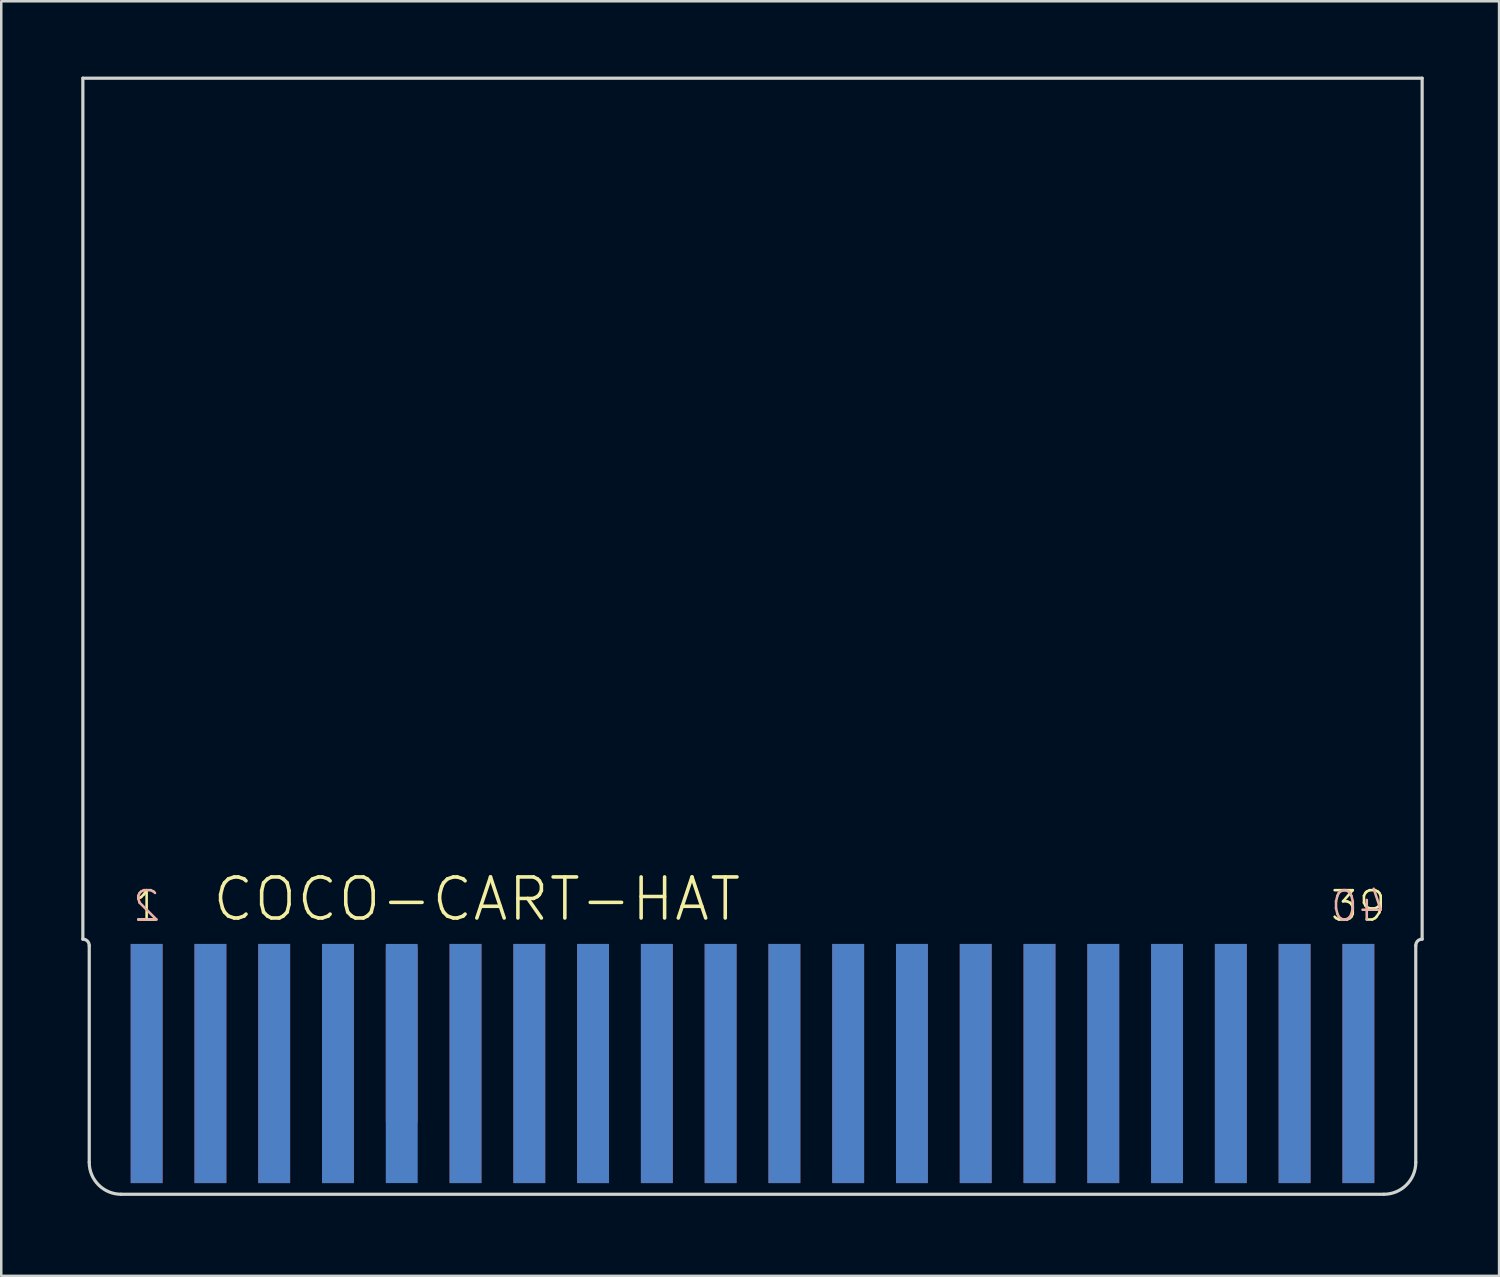
<source format=kicad_pcb>
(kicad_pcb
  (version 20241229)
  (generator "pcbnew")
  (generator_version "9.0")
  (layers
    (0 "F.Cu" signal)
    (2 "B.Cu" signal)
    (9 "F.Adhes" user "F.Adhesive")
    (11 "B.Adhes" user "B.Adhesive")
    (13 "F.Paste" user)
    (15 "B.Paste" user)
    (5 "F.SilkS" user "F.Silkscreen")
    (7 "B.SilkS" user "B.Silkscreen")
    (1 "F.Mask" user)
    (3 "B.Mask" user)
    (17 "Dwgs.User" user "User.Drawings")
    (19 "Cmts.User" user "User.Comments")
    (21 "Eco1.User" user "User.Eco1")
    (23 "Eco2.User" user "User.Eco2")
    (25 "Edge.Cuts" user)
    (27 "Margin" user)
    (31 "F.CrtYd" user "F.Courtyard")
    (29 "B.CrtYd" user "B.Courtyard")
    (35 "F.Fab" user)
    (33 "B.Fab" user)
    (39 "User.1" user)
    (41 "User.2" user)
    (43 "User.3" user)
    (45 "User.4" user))
  (footprint "COCO-CART-HAT"
    (layer "F.Cu")
    (at 0.25 44.514)
    (property "Reference" "COCO-CART-HAT" (at 5.08 -10.795 0) (layer "F.SilkS") (effects (font (size 1.636 1.636) (thickness 0.142)) (justify left bottom)))
    (fp_poly (pts (xy 0 0) (xy 53.34 0) (xy 53.34 -10.16) (xy 0 -10.16)) (stroke (width 0) (type solid)) (fill yes) (layer "F.Mask"))
    (fp_poly (pts (xy 0 0) (xy 53.34 0) (xy 53.34 -10.16) (xy 0 -10.16)) (stroke (width 0) (type solid)) (fill yes) (layer "B.Mask"))
    (fp_line (start 0 -44.45) (end 0 -10.16) (stroke (width 0.127) (type solid)) (layer "Edge.Cuts"))
    (fp_line (start 0.254 -9.906) (end 0.254 -1.27) (stroke (width 0.127) (type solid)) (layer "Edge.Cuts"))
    (fp_line (start 1.524 0) (end 51.816 0) (stroke (width 0.127) (type solid)) (layer "Edge.Cuts"))
    (fp_line (start 53.086 -1.27) (end 53.086 -9.906) (stroke (width 0.127) (type solid)) (layer "Edge.Cuts"))
    (fp_line (start 53.34 -44.45) (end 0 -44.45) (stroke (width 0.127) (type solid)) (layer "Edge.Cuts"))
    (fp_line (start 53.34 -10.16) (end 53.34 -44.45) (stroke (width 0.127) (type solid)) (layer "Edge.Cuts"))
    (fp_arc (start 0 -10.16) (mid 0.179605 -10.085605) (end 0.254 -9.906) (stroke (width 0.127) (type solid)) (layer "Edge.Cuts"))
    (fp_arc (start 1.524 0) (mid 0.625974 -0.371974) (end 0.254 -1.27) (stroke (width 0.127) (type solid)) (layer "Edge.Cuts"))
    (fp_arc (start 53.086 -9.906) (mid 53.160395 -10.085605) (end 53.34 -10.16) (stroke (width 0.127) (type solid)) (layer "Edge.Cuts"))
    (fp_arc (start 53.086 -1.27) (mid 52.714026 -0.371974) (end 51.816 0) (stroke (width 0.127) (type solid)) (layer "Edge.Cuts"))
    (fp_text user "1" (at 2.54 -10.795 0) (layer "F.SilkS") (effects (font (size 1.168 1.168) (thickness 0.102)) (justify bottom)))
    (fp_text user "39" (at 50.8 -10.795 0) (layer "F.SilkS") (effects (font (size 1.168 1.168) (thickness 0.102)) (justify bottom)))
    (fp_text user "2" (at 2.54 -10.795 0) (layer "B.SilkS") (effects (font (size 1.168 1.168) (thickness 0.102)) (justify bottom mirror)))
    (fp_text user "40" (at 50.8 -10.795 0) (layer "B.SilkS") (effects (font (size 1.168 1.168) (thickness 0.102)) (justify bottom mirror)))
    (pad "1" smd rect (at 2.54 -5.207) (size 1.27 9.525) (layers "F.Cu" "F.Mask"))
    (pad "2" smd rect (at 2.54 -5.207) (size 1.27 9.525) (layers "B.Cu" "B.Mask"))
    (pad "3" smd rect (at 5.08 -5.207) (size 1.27 9.525) (layers "F.Cu" "F.Mask"))
    (pad "4" smd rect (at 5.08 -5.207) (size 1.27 9.525) (layers "B.Cu" "B.Mask"))
    (pad "5" smd rect (at 7.62 -5.207) (size 1.27 9.525) (layers "F.Cu" "F.Mask"))
    (pad "6" smd rect (at 7.62 -5.207) (size 1.27 9.525) (layers "B.Cu" "B.Mask"))
    (pad "7" smd rect (at 10.16 -5.207) (size 1.27 9.525) (layers "F.Cu" "F.Mask"))
    (pad "8" smd rect (at 10.16 -5.207) (size 1.27 9.525) (layers "B.Cu" "B.Mask"))
    (pad "9" smd rect (at 12.7 -6.35) (size 1.27 6.985) (layers "F.Cu" "F.Mask"))
    (pad "10" smd rect (at 12.7 -5.207) (size 1.27 9.525) (layers "B.Cu" "B.Mask"))
    (pad "11" smd rect (at 15.24 -5.207) (size 1.27 9.525) (layers "F.Cu" "F.Mask"))
    (pad "12" smd rect (at 15.24 -5.207) (size 1.27 9.525) (layers "B.Cu" "B.Mask"))
    (pad "13" smd rect (at 17.78 -5.207) (size 1.27 9.525) (layers "F.Cu" "F.Mask"))
    (pad "14" smd rect (at 17.78 -5.207) (size 1.27 9.525) (layers "B.Cu" "B.Mask"))
    (pad "15" smd rect (at 20.32 -5.207) (size 1.27 9.525) (layers "F.Cu" "F.Mask"))
    (pad "16" smd rect (at 20.32 -5.207) (size 1.27 9.525) (layers "B.Cu" "B.Mask"))
    (pad "17" smd rect (at 22.86 -5.207) (size 1.27 9.525) (layers "F.Cu" "F.Mask"))
    (pad "18" smd rect (at 22.86 -5.207) (size 1.27 9.525) (layers "B.Cu" "B.Mask"))
    (pad "19" smd rect (at 25.4 -5.207) (size 1.27 9.525) (layers "F.Cu" "F.Mask"))
    (pad "20" smd rect (at 25.4 -5.207) (size 1.27 9.525) (layers "B.Cu" "B.Mask"))
    (pad "21" smd rect (at 27.94 -5.207) (size 1.27 9.525) (layers "F.Cu" "F.Mask"))
    (pad "22" smd rect (at 27.94 -5.207) (size 1.27 9.525) (layers "B.Cu" "B.Mask"))
    (pad "23" smd rect (at 30.48 -5.207) (size 1.27 9.525) (layers "F.Cu" "F.Mask"))
    (pad "24" smd rect (at 30.48 -5.207) (size 1.27 9.525) (layers "B.Cu" "B.Mask"))
    (pad "25" smd rect (at 33.02 -5.207) (size 1.27 9.525) (layers "F.Cu" "F.Mask"))
    (pad "26" smd rect (at 33.02 -5.207) (size 1.27 9.525) (layers "B.Cu" "B.Mask"))
    (pad "27" smd rect (at 35.56 -5.207) (size 1.27 9.525) (layers "F.Cu" "F.Mask"))
    (pad "28" smd rect (at 35.56 -5.207) (size 1.27 9.525) (layers "B.Cu" "B.Mask"))
    (pad "29" smd rect (at 38.1 -5.207) (size 1.27 9.525) (layers "F.Cu" "F.Mask"))
    (pad "30" smd rect (at 38.1 -5.207) (size 1.27 9.525) (layers "B.Cu" "B.Mask"))
    (pad "31" smd rect (at 40.64 -5.207) (size 1.27 9.525) (layers "F.Cu" "F.Mask"))
    (pad "32" smd rect (at 40.64 -5.207) (size 1.27 9.525) (layers "B.Cu" "B.Mask"))
    (pad "33" smd rect (at 43.18 -5.207) (size 1.27 9.525) (layers "F.Cu" "F.Mask"))
    (pad "34" smd rect (at 43.18 -5.207) (size 1.27 9.525) (layers "B.Cu" "B.Mask"))
    (pad "35" smd rect (at 45.72 -5.207) (size 1.27 9.525) (layers "F.Cu" "F.Mask"))
    (pad "36" smd rect (at 45.72 -5.207) (size 1.27 9.525) (layers "B.Cu" "B.Mask"))
    (pad "37" smd rect (at 48.26 -5.207) (size 1.27 9.525) (layers "F.Cu" "F.Mask"))
    (pad "38" smd rect (at 48.26 -5.207) (size 1.27 9.525) (layers "B.Cu" "B.Mask"))
    (pad "39" smd rect (at 50.8 -5.207) (size 1.27 9.525) (layers "F.Cu" "F.Mask"))
    (pad "40" smd rect (at 50.8 -5.207) (size 1.27 9.525) (layers "B.Cu" "B.Mask"))
    (zone (net_name "") (layer "F.Cu") (hatch edge 0.508) (connect_pads) (min_thickness 0.254) (filled_areas_thickness no) (keepout (tracks not_allowed) (vias not_allowed) (pads not_allowed) (copperpour not_allowed) (footprints allowed)) (placement (enabled no)) (fill) (polygon (pts (xy 0.25 44.514) (xy 2.155 44.514) (xy 2.155 34.353) (xy 0.25 34.353))))
    (zone (net_name "") (layer "F.Cu") (hatch edge 0.508) (connect_pads) (min_thickness 0.254) (filled_areas_thickness no) (keepout (tracks not_allowed) (vias not_allowed) (pads not_allowed) (copperpour not_allowed) (footprints allowed)) (placement (enabled no)) (fill) (polygon (pts (xy 3.425 44.514) (xy 4.695 44.514) (xy 4.695 34.353) (xy 3.425 34.353))))
    (zone (net_name "") (layer "F.Cu") (hatch edge 0.508) (connect_pads) (min_thickness 0.254) (filled_areas_thickness no) (keepout (tracks not_allowed) (vias not_allowed) (pads not_allowed) (copperpour not_allowed) (footprints allowed)) (placement (enabled no)) (fill) (polygon (pts (xy 5.965 44.514) (xy 7.235 44.514) (xy 7.235 34.353) (xy 5.965 34.353))))
    (zone (net_name "") (layer "F.Cu") (hatch edge 0.508) (connect_pads) (min_thickness 0.254) (filled_areas_thickness no) (keepout (tracks not_allowed) (vias not_allowed) (pads not_allowed) (copperpour not_allowed) (footprints allowed)) (placement (enabled no)) (fill) (polygon (pts (xy 8.505 44.514) (xy 9.775 44.514) (xy 9.775 34.353) (xy 8.505 34.353))))
    (zone (net_name "") (layer "F.Cu") (hatch edge 0.508) (connect_pads) (min_thickness 0.254) (filled_areas_thickness no) (keepout (tracks not_allowed) (vias not_allowed) (pads not_allowed) (copperpour not_allowed) (footprints allowed)) (placement (enabled no)) (fill) (polygon (pts (xy 11.045 44.514) (xy 12.315 44.514) (xy 12.315 34.353) (xy 11.045 34.353))))
    (zone (net_name "") (layer "F.Cu") (hatch edge 0.508) (connect_pads) (min_thickness 0.254) (filled_areas_thickness no) (keepout (tracks not_allowed) (vias not_allowed) (pads not_allowed) (copperpour not_allowed) (footprints allowed)) (placement (enabled no)) (fill) (polygon (pts (xy 13.585 44.514) (xy 14.855 44.514) (xy 14.855 34.353) (xy 13.585 34.353))))
    (zone (net_name "") (layer "F.Cu") (hatch edge 0.508) (connect_pads) (min_thickness 0.254) (filled_areas_thickness no) (keepout (tracks not_allowed) (vias not_allowed) (pads not_allowed) (copperpour not_allowed) (footprints allowed)) (placement (enabled no)) (fill) (polygon (pts (xy 16.125 44.514) (xy 17.395 44.514) (xy 17.395 34.353) (xy 16.125 34.353))))
    (zone (net_name "") (layer "F.Cu") (hatch edge 0.508) (connect_pads) (min_thickness 0.254) (filled_areas_thickness no) (keepout (tracks not_allowed) (vias not_allowed) (pads not_allowed) (copperpour not_allowed) (footprints allowed)) (placement (enabled no)) (fill) (polygon (pts (xy 18.665 44.514) (xy 19.935 44.514) (xy 19.935 34.353) (xy 18.665 34.353))))
    (zone (net_name "") (layer "F.Cu") (hatch edge 0.508) (connect_pads) (min_thickness 0.254) (filled_areas_thickness no) (keepout (tracks not_allowed) (vias not_allowed) (pads not_allowed) (copperpour not_allowed) (footprints allowed)) (placement (enabled no)) (fill) (polygon (pts (xy 21.205 44.514) (xy 22.475 44.514) (xy 22.475 34.353) (xy 21.205 34.353))))
    (zone (net_name "") (layer "F.Cu") (hatch edge 0.508) (connect_pads) (min_thickness 0.254) (filled_areas_thickness no) (keepout (tracks not_allowed) (vias not_allowed) (pads not_allowed) (copperpour not_allowed) (footprints allowed)) (placement (enabled no)) (fill) (polygon (pts (xy 23.745 44.514) (xy 25.015 44.514) (xy 25.015 34.353) (xy 23.745 34.353))))
    (zone (net_name "") (layer "F.Cu") (hatch edge 0.508) (connect_pads) (min_thickness 0.254) (filled_areas_thickness no) (keepout (tracks not_allowed) (vias not_allowed) (pads not_allowed) (copperpour not_allowed) (footprints allowed)) (placement (enabled no)) (fill) (polygon (pts (xy 26.285 44.514) (xy 27.555 44.514) (xy 27.555 34.353) (xy 26.285 34.353))))
    (zone (net_name "") (layer "F.Cu") (hatch edge 0.508) (connect_pads) (min_thickness 0.254) (filled_areas_thickness no) (keepout (tracks not_allowed) (vias not_allowed) (pads not_allowed) (copperpour not_allowed) (footprints allowed)) (placement (enabled no)) (fill) (polygon (pts (xy 28.825 44.514) (xy 30.095 44.514) (xy 30.095 34.353) (xy 28.825 34.353))))
    (zone (net_name "") (layer "F.Cu") (hatch edge 0.508) (connect_pads) (min_thickness 0.254) (filled_areas_thickness no) (keepout (tracks not_allowed) (vias not_allowed) (pads not_allowed) (copperpour not_allowed) (footprints allowed)) (placement (enabled no)) (fill) (polygon (pts (xy 31.365 44.514) (xy 32.635 44.514) (xy 32.635 34.353) (xy 31.365 34.353))))
    (zone (net_name "") (layer "F.Cu") (hatch edge 0.508) (connect_pads) (min_thickness 0.254) (filled_areas_thickness no) (keepout (tracks not_allowed) (vias not_allowed) (pads not_allowed) (copperpour not_allowed) (footprints allowed)) (placement (enabled no)) (fill) (polygon (pts (xy 33.905 44.514) (xy 35.175 44.514) (xy 35.175 34.353) (xy 33.905 34.353))))
    (zone (net_name "") (layer "F.Cu") (hatch edge 0.508) (connect_pads) (min_thickness 0.254) (filled_areas_thickness no) (keepout (tracks not_allowed) (vias not_allowed) (pads not_allowed) (copperpour not_allowed) (footprints allowed)) (placement (enabled no)) (fill) (polygon (pts (xy 36.445 44.514) (xy 37.715 44.514) (xy 37.715 34.353) (xy 36.445 34.353))))
    (zone (net_name "") (layer "F.Cu") (hatch edge 0.508) (connect_pads) (min_thickness 0.254) (filled_areas_thickness no) (keepout (tracks not_allowed) (vias not_allowed) (pads not_allowed) (copperpour not_allowed) (footprints allowed)) (placement (enabled no)) (fill) (polygon (pts (xy 38.985 44.514) (xy 40.255 44.514) (xy 40.255 34.353) (xy 38.985 34.353))))
    (zone (net_name "") (layer "F.Cu") (hatch edge 0.508) (connect_pads) (min_thickness 0.254) (filled_areas_thickness no) (keepout (tracks not_allowed) (vias not_allowed) (pads not_allowed) (copperpour not_allowed) (footprints allowed)) (placement (enabled no)) (fill) (polygon (pts (xy 41.525 44.514) (xy 42.795 44.514) (xy 42.795 34.353) (xy 41.525 34.353))))
    (zone (net_name "") (layer "F.Cu") (hatch edge 0.508) (connect_pads) (min_thickness 0.254) (filled_areas_thickness no) (keepout (tracks not_allowed) (vias not_allowed) (pads not_allowed) (copperpour not_allowed) (footprints allowed)) (placement (enabled no)) (fill) (polygon (pts (xy 44.065 44.514) (xy 45.335 44.514) (xy 45.335 34.353) (xy 44.065 34.353))))
    (zone (net_name "") (layer "F.Cu") (hatch edge 0.508) (connect_pads) (min_thickness 0.254) (filled_areas_thickness no) (keepout (tracks not_allowed) (vias not_allowed) (pads not_allowed) (copperpour not_allowed) (footprints allowed)) (placement (enabled no)) (fill) (polygon (pts (xy 46.605 44.514) (xy 47.875 44.514) (xy 47.875 34.353) (xy 46.605 34.353))))
    (zone (net_name "") (layer "F.Cu") (hatch edge 0.508) (connect_pads) (min_thickness 0.254) (filled_areas_thickness no) (keepout (tracks not_allowed) (vias not_allowed) (pads not_allowed) (copperpour not_allowed) (footprints allowed)) (placement (enabled no)) (fill) (polygon (pts (xy 49.145 44.514) (xy 50.415 44.514) (xy 50.415 34.353) (xy 49.145 34.353))))
    (zone (net_name "") (layer "F.Cu") (hatch edge 0.508) (connect_pads) (min_thickness 0.254) (filled_areas_thickness no) (keepout (tracks not_allowed) (vias not_allowed) (pads not_allowed) (copperpour not_allowed) (footprints allowed)) (placement (enabled no)) (fill) (polygon (pts (xy 51.685 44.514) (xy 53.59 44.514) (xy 53.59 34.353) (xy 51.685 34.353))))
    (zone (net_name "") (layer "B.Cu") (hatch edge 0.508) (connect_pads) (min_thickness 0.254) (filled_areas_thickness no) (keepout (tracks not_allowed) (vias not_allowed) (pads not_allowed) (copperpour not_allowed) (footprints allowed)) (placement (enabled no)) (fill) (polygon (pts (xy 0.25 44.514) (xy 2.155 44.514) (xy 2.155 34.353) (xy 0.25 34.353))))
    (zone (net_name "") (layer "B.Cu") (hatch edge 0.508) (connect_pads) (min_thickness 0.254) (filled_areas_thickness no) (keepout (tracks not_allowed) (vias not_allowed) (pads not_allowed) (copperpour not_allowed) (footprints allowed)) (placement (enabled no)) (fill) (polygon (pts (xy 3.425 44.514) (xy 4.695 44.514) (xy 4.695 34.353) (xy 3.425 34.353))))
    (zone (net_name "") (layer "B.Cu") (hatch edge 0.508) (connect_pads) (min_thickness 0.254) (filled_areas_thickness no) (keepout (tracks not_allowed) (vias not_allowed) (pads not_allowed) (copperpour not_allowed) (footprints allowed)) (placement (enabled no)) (fill) (polygon (pts (xy 5.965 44.514) (xy 7.235 44.514) (xy 7.235 34.353) (xy 5.965 34.353))))
    (zone (net_name "") (layer "B.Cu") (hatch edge 0.508) (connect_pads) (min_thickness 0.254) (filled_areas_thickness no) (keepout (tracks not_allowed) (vias not_allowed) (pads not_allowed) (copperpour not_allowed) (footprints allowed)) (placement (enabled no)) (fill) (polygon (pts (xy 8.505 44.514) (xy 9.775 44.514) (xy 9.775 34.353) (xy 8.505 34.353))))
    (zone (net_name "") (layer "B.Cu") (hatch edge 0.508) (connect_pads) (min_thickness 0.254) (filled_areas_thickness no) (keepout (tracks not_allowed) (vias not_allowed) (pads not_allowed) (copperpour not_allowed) (footprints allowed)) (placement (enabled no)) (fill) (polygon (pts (xy 11.045 44.514) (xy 12.315 44.514) (xy 12.315 34.353) (xy 11.045 34.353))))
    (zone (net_name "") (layer "B.Cu") (hatch edge 0.508) (connect_pads) (min_thickness 0.254) (filled_areas_thickness no) (keepout (tracks not_allowed) (vias not_allowed) (pads not_allowed) (copperpour not_allowed) (footprints allowed)) (placement (enabled no)) (fill) (polygon (pts (xy 13.585 44.514) (xy 14.855 44.514) (xy 14.855 34.353) (xy 13.585 34.353))))
    (zone (net_name "") (layer "B.Cu") (hatch edge 0.508) (connect_pads) (min_thickness 0.254) (filled_areas_thickness no) (keepout (tracks not_allowed) (vias not_allowed) (pads not_allowed) (copperpour not_allowed) (footprints allowed)) (placement (enabled no)) (fill) (polygon (pts (xy 16.125 44.514) (xy 17.395 44.514) (xy 17.395 34.353) (xy 16.125 34.353))))
    (zone (net_name "") (layer "B.Cu") (hatch edge 0.508) (connect_pads) (min_thickness 0.254) (filled_areas_thickness no) (keepout (tracks not_allowed) (vias not_allowed) (pads not_allowed) (copperpour not_allowed) (footprints allowed)) (placement (enabled no)) (fill) (polygon (pts (xy 18.665 44.514) (xy 19.935 44.514) (xy 19.935 34.353) (xy 18.665 34.353))))
    (zone (net_name "") (layer "B.Cu") (hatch edge 0.508) (connect_pads) (min_thickness 0.254) (filled_areas_thickness no) (keepout (tracks not_allowed) (vias not_allowed) (pads not_allowed) (copperpour not_allowed) (footprints allowed)) (placement (enabled no)) (fill) (polygon (pts (xy 21.205 44.514) (xy 22.475 44.514) (xy 22.475 34.353) (xy 21.205 34.353))))
    (zone (net_name "") (layer "B.Cu") (hatch edge 0.508) (connect_pads) (min_thickness 0.254) (filled_areas_thickness no) (keepout (tracks not_allowed) (vias not_allowed) (pads not_allowed) (copperpour not_allowed) (footprints allowed)) (placement (enabled no)) (fill) (polygon (pts (xy 23.745 44.514) (xy 25.015 44.514) (xy 25.015 34.353) (xy 23.745 34.353))))
    (zone (net_name "") (layer "B.Cu") (hatch edge 0.508) (connect_pads) (min_thickness 0.254) (filled_areas_thickness no) (keepout (tracks not_allowed) (vias not_allowed) (pads not_allowed) (copperpour not_allowed) (footprints allowed)) (placement (enabled no)) (fill) (polygon (pts (xy 26.285 44.514) (xy 27.555 44.514) (xy 27.555 34.353) (xy 26.285 34.353))))
    (zone (net_name "") (layer "B.Cu") (hatch edge 0.508) (connect_pads) (min_thickness 0.254) (filled_areas_thickness no) (keepout (tracks not_allowed) (vias not_allowed) (pads not_allowed) (copperpour not_allowed) (footprints allowed)) (placement (enabled no)) (fill) (polygon (pts (xy 28.825 44.514) (xy 30.095 44.514) (xy 30.095 34.353) (xy 28.825 34.353))))
    (zone (net_name "") (layer "B.Cu") (hatch edge 0.508) (connect_pads) (min_thickness 0.254) (filled_areas_thickness no) (keepout (tracks not_allowed) (vias not_allowed) (pads not_allowed) (copperpour not_allowed) (footprints allowed)) (placement (enabled no)) (fill) (polygon (pts (xy 31.365 44.514) (xy 32.635 44.514) (xy 32.635 34.353) (xy 31.365 34.353))))
    (zone (net_name "") (layer "B.Cu") (hatch edge 0.508) (connect_pads) (min_thickness 0.254) (filled_areas_thickness no) (keepout (tracks not_allowed) (vias not_allowed) (pads not_allowed) (copperpour not_allowed) (footprints allowed)) (placement (enabled no)) (fill) (polygon (pts (xy 33.905 44.514) (xy 35.175 44.514) (xy 35.175 34.353) (xy 33.905 34.353))))
    (zone (net_name "") (layer "B.Cu") (hatch edge 0.508) (connect_pads) (min_thickness 0.254) (filled_areas_thickness no) (keepout (tracks not_allowed) (vias not_allowed) (pads not_allowed) (copperpour not_allowed) (footprints allowed)) (placement (enabled no)) (fill) (polygon (pts (xy 36.445 44.514) (xy 37.715 44.514) (xy 37.715 34.353) (xy 36.445 34.353))))
    (zone (net_name "") (layer "B.Cu") (hatch edge 0.508) (connect_pads) (min_thickness 0.254) (filled_areas_thickness no) (keepout (tracks not_allowed) (vias not_allowed) (pads not_allowed) (copperpour not_allowed) (footprints allowed)) (placement (enabled no)) (fill) (polygon (pts (xy 38.985 44.514) (xy 40.255 44.514) (xy 40.255 34.353) (xy 38.985 34.353))))
    (zone (net_name "") (layer "B.Cu") (hatch edge 0.508) (connect_pads) (min_thickness 0.254) (filled_areas_thickness no) (keepout (tracks not_allowed) (vias not_allowed) (pads not_allowed) (copperpour not_allowed) (footprints allowed)) (placement (enabled no)) (fill) (polygon (pts (xy 41.525 44.514) (xy 42.795 44.514) (xy 42.795 34.353) (xy 41.525 34.353))))
    (zone (net_name "") (layer "B.Cu") (hatch edge 0.508) (connect_pads) (min_thickness 0.254) (filled_areas_thickness no) (keepout (tracks not_allowed) (vias not_allowed) (pads not_allowed) (copperpour not_allowed) (footprints allowed)) (placement (enabled no)) (fill) (polygon (pts (xy 44.065 44.514) (xy 45.335 44.514) (xy 45.335 34.353) (xy 44.065 34.353))))
    (zone (net_name "") (layer "B.Cu") (hatch edge 0.508) (connect_pads) (min_thickness 0.254) (filled_areas_thickness no) (keepout (tracks not_allowed) (vias not_allowed) (pads not_allowed) (copperpour not_allowed) (footprints allowed)) (placement (enabled no)) (fill) (polygon (pts (xy 46.605 44.514) (xy 47.875 44.514) (xy 47.875 34.353) (xy 46.605 34.353))))
    (zone (net_name "") (layer "B.Cu") (hatch edge 0.508) (connect_pads) (min_thickness 0.254) (filled_areas_thickness no) (keepout (tracks not_allowed) (vias not_allowed) (pads not_allowed) (copperpour not_allowed) (footprints allowed)) (placement (enabled no)) (fill) (polygon (pts (xy 49.145 44.514) (xy 50.415 44.514) (xy 50.415 34.353) (xy 49.145 34.353))))
    (zone (net_name "") (layer "B.Cu") (hatch edge 0.508) (connect_pads) (min_thickness 0.254) (filled_areas_thickness no) (keepout (tracks not_allowed) (vias not_allowed) (pads not_allowed) (copperpour not_allowed) (footprints allowed)) (placement (enabled no)) (fill) (polygon (pts (xy 51.685 44.514) (xy 53.59 44.514) (xy 53.59 34.353) (xy 51.685 34.353)))))
  (gr_rect
    (start -3 -3)
    (end 56.654 47.764)
    (stroke (width 0.1) (type default))
    (fill no)
    (layer "Edge.Cuts")))
</source>
